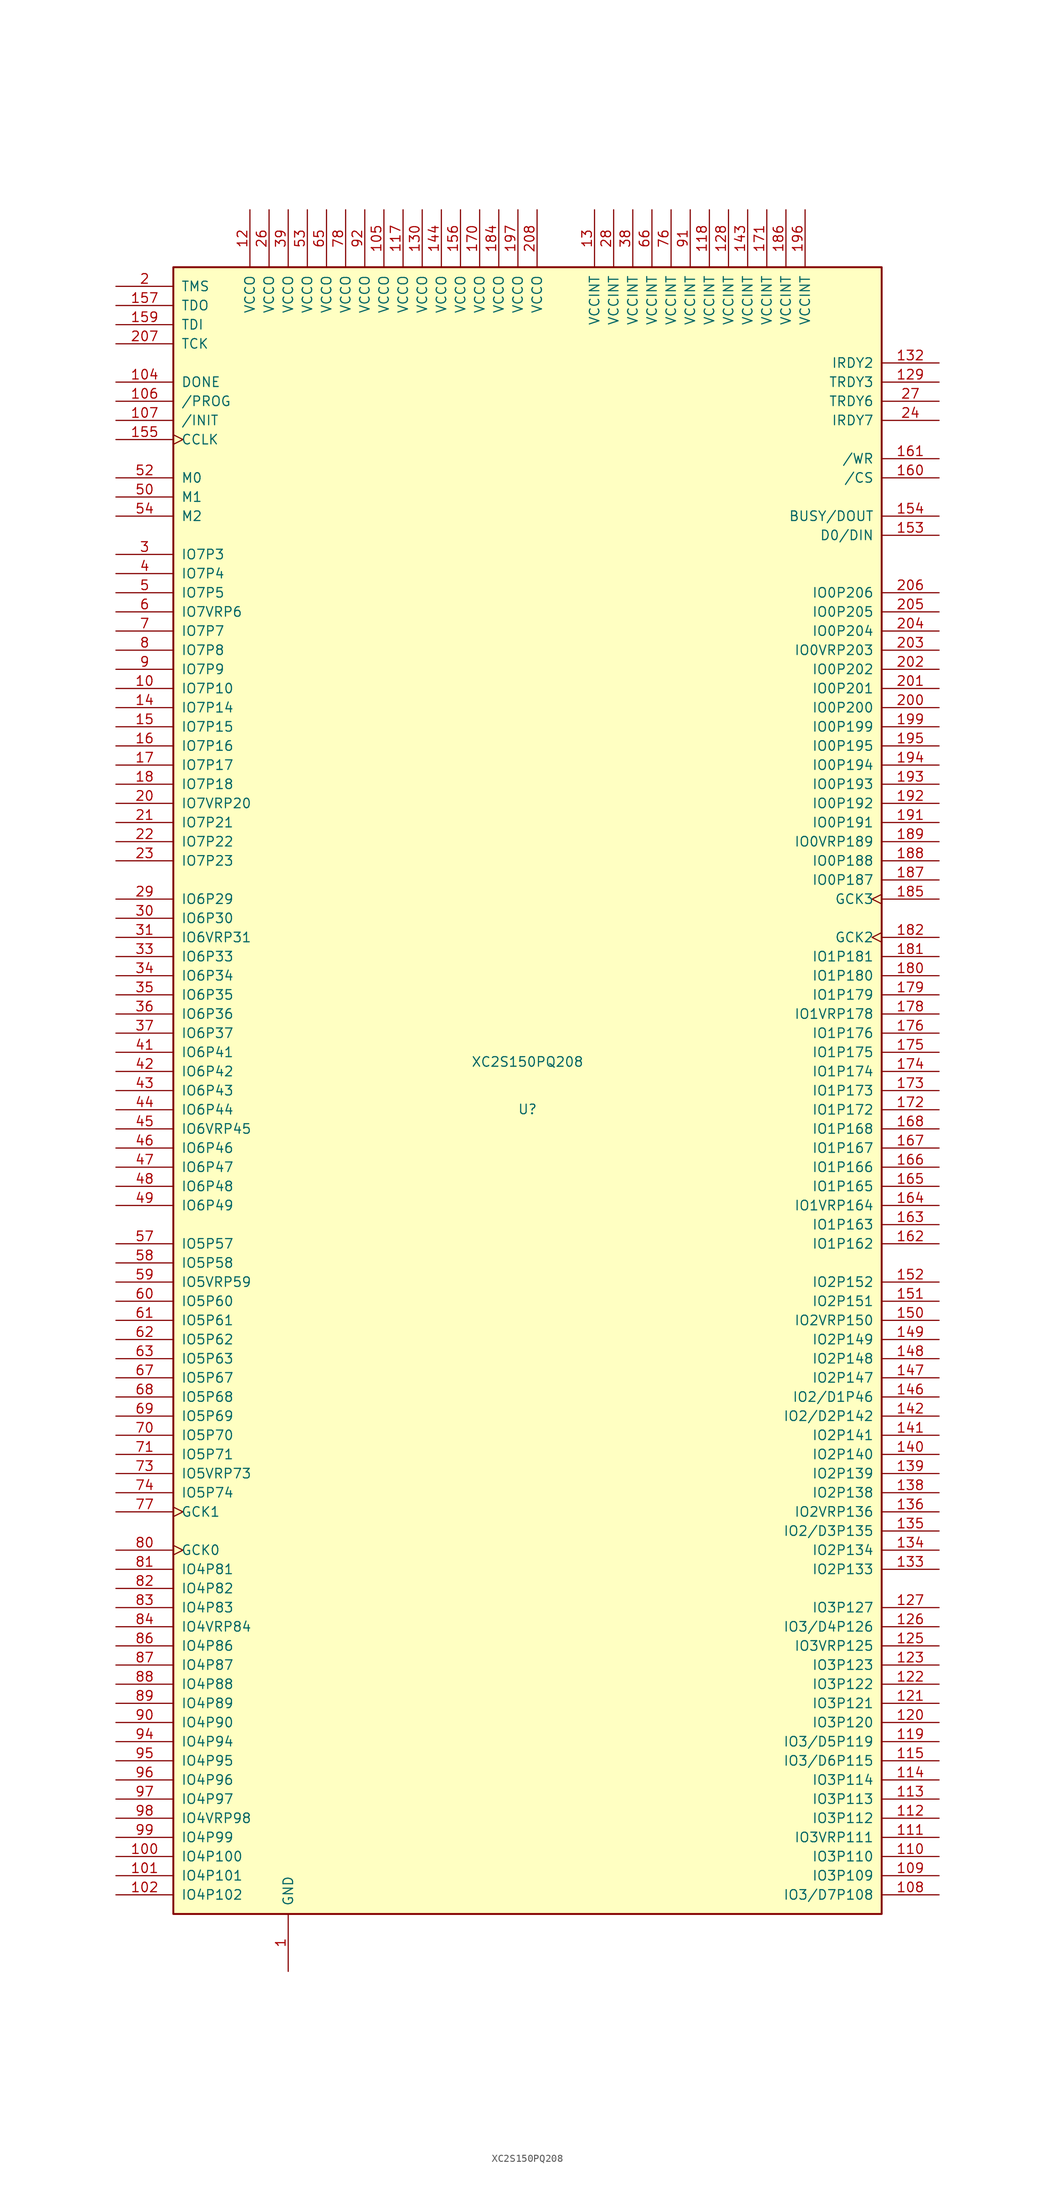
<source format=kicad_sym>
(kicad_symbol_lib
  (version 20220914)
  (generator kicad_symbol_editor)
  (symbol "XC2S150PQ208"
    (pin_names
      (offset 1.016))
    (property "Reference" "U"
      (at 0 -2.489 0)
      (effects (font (size 1.27 1.27))))
    (property "Value" "XC2S150PQ208"
      (at 0 3.81 0)
      (effects (font (size 1.27 1.27))))
    (symbol "XC2S150PQ208_0_1"
      (rectangle (start -46.99 109.22) (end 46.99 -109.22) (stroke (width 0.254) (type default)) (fill (type background))))
    (symbol "XC2S150PQ208_1_1"
      (pin power_in line (at -31.75 -116.84 90) (length 7.62) (name "GND" (effects (font (size 1.27 1.27)))) (number "1" (effects (font (size 1.27 1.27)))))
      (pin bidirectional line (at -54.61 53.34 0) (length 7.62) (name "IO7P10" (effects (font (size 1.27 1.27)))) (number "10" (effects (font (size 1.27 1.27)))))
      (pin bidirectional line (at -54.61 -101.6 0) (length 7.62) (name "IO4P100" (effects (font (size 1.27 1.27)))) (number "100" (effects (font (size 1.27 1.27)))))
      (pin bidirectional line (at -54.61 -104.14 0) (length 7.62) (name "IO4P101" (effects (font (size 1.27 1.27)))) (number "101" (effects (font (size 1.27 1.27)))))
      (pin bidirectional line (at -54.61 -106.68 0) (length 7.62) (name "IO4P102" (effects (font (size 1.27 1.27)))) (number "102" (effects (font (size 1.27 1.27)))))
      (pin passive line (at -31.75 -116.84 90) (length 7.62) hide (name "GND" (effects (font (size 1.27 1.27)))) (number "103" (effects (font (size 1.27 1.27)))))
      (pin bidirectional line (at -54.61 93.98 0) (length 7.62) (name "DONE" (effects (font (size 1.27 1.27)))) (number "104" (effects (font (size 1.27 1.27)))))
      (pin power_in line (at -19.05 116.84 270) (length 7.62) (name "VCCO" (effects (font (size 1.27 1.27)))) (number "105" (effects (font (size 1.27 1.27)))))
      (pin input line (at -54.61 91.44 0) (length 7.62) (name "/PROG" (effects (font (size 1.27 1.27)))) (number "106" (effects (font (size 1.27 1.27)))))
      (pin bidirectional line (at -54.61 88.9 0) (length 7.62) (name "/INIT" (effects (font (size 1.27 1.27)))) (number "107" (effects (font (size 1.27 1.27)))))
      (pin bidirectional line (at 54.61 -106.68 180) (length 7.62) (name "IO3/D7P108" (effects (font (size 1.27 1.27)))) (number "108" (effects (font (size 1.27 1.27)))))
      (pin bidirectional line (at 54.61 -104.14 180) (length 7.62) (name "IO3P109" (effects (font (size 1.27 1.27)))) (number "109" (effects (font (size 1.27 1.27)))))
      (pin passive line (at -31.75 -116.84 90) (length 7.62) hide (name "GND" (effects (font (size 1.27 1.27)))) (number "11" (effects (font (size 1.27 1.27)))))
      (pin bidirectional line (at 54.61 -101.6 180) (length 7.62) (name "IO3P110" (effects (font (size 1.27 1.27)))) (number "110" (effects (font (size 1.27 1.27)))))
      (pin bidirectional line (at 54.61 -99.06 180) (length 7.62) (name "IO3VRP111" (effects (font (size 1.27 1.27)))) (number "111" (effects (font (size 1.27 1.27)))))
      (pin bidirectional line (at 54.61 -96.52 180) (length 7.62) (name "IO3P112" (effects (font (size 1.27 1.27)))) (number "112" (effects (font (size 1.27 1.27)))))
      (pin bidirectional line (at 54.61 -93.98 180) (length 7.62) (name "IO3P113" (effects (font (size 1.27 1.27)))) (number "113" (effects (font (size 1.27 1.27)))))
      (pin bidirectional line (at 54.61 -91.44 180) (length 7.62) (name "IO3P114" (effects (font (size 1.27 1.27)))) (number "114" (effects (font (size 1.27 1.27)))))
      (pin bidirectional line (at 54.61 -88.9 180) (length 7.62) (name "IO3/D6P115" (effects (font (size 1.27 1.27)))) (number "115" (effects (font (size 1.27 1.27)))))
      (pin passive line (at -31.75 -116.84 90) (length 7.62) hide (name "GND" (effects (font (size 1.27 1.27)))) (number "116" (effects (font (size 1.27 1.27)))))
      (pin power_in line (at -16.51 116.84 270) (length 7.62) (name "VCCO" (effects (font (size 1.27 1.27)))) (number "117" (effects (font (size 1.27 1.27)))))
      (pin power_in line (at 24.13 116.84 270) (length 7.62) (name "VCCINT" (effects (font (size 1.27 1.27)))) (number "118" (effects (font (size 1.27 1.27)))))
      (pin bidirectional line (at 54.61 -86.36 180) (length 7.62) (name "IO3/D5P119" (effects (font (size 1.27 1.27)))) (number "119" (effects (font (size 1.27 1.27)))))
      (pin power_in line (at -36.83 116.84 270) (length 7.62) (name "VCCO" (effects (font (size 1.27 1.27)))) (number "12" (effects (font (size 1.27 1.27)))))
      (pin bidirectional line (at 54.61 -83.82 180) (length 7.62) (name "IO3P120" (effects (font (size 1.27 1.27)))) (number "120" (effects (font (size 1.27 1.27)))))
      (pin bidirectional line (at 54.61 -81.28 180) (length 7.62) (name "IO3P121" (effects (font (size 1.27 1.27)))) (number "121" (effects (font (size 1.27 1.27)))))
      (pin bidirectional line (at 54.61 -78.74 180) (length 7.62) (name "IO3P122" (effects (font (size 1.27 1.27)))) (number "122" (effects (font (size 1.27 1.27)))))
      (pin bidirectional line (at 54.61 -76.2 180) (length 7.62) (name "IO3P123" (effects (font (size 1.27 1.27)))) (number "123" (effects (font (size 1.27 1.27)))))
      (pin passive line (at -31.75 -116.84 90) (length 7.62) hide (name "GND" (effects (font (size 1.27 1.27)))) (number "124" (effects (font (size 1.27 1.27)))))
      (pin bidirectional line (at 54.61 -73.66 180) (length 7.62) (name "IO3VRP125" (effects (font (size 1.27 1.27)))) (number "125" (effects (font (size 1.27 1.27)))))
      (pin bidirectional line (at 54.61 -71.12 180) (length 7.62) (name "IO3/D4P126" (effects (font (size 1.27 1.27)))) (number "126" (effects (font (size 1.27 1.27)))))
      (pin bidirectional line (at 54.61 -68.58 180) (length 7.62) (name "IO3P127" (effects (font (size 1.27 1.27)))) (number "127" (effects (font (size 1.27 1.27)))))
      (pin power_in line (at 26.67 116.84 270) (length 7.62) (name "VCCINT" (effects (font (size 1.27 1.27)))) (number "128" (effects (font (size 1.27 1.27)))))
      (pin bidirectional line (at 54.61 93.98 180) (length 7.62) (name "TRDY3" (effects (font (size 1.27 1.27)))) (number "129" (effects (font (size 1.27 1.27)))))
      (pin power_in line (at 8.89 116.84 270) (length 7.62) (name "VCCINT" (effects (font (size 1.27 1.27)))) (number "13" (effects (font (size 1.27 1.27)))))
      (pin power_in line (at -13.97 116.84 270) (length 7.62) (name "VCCO" (effects (font (size 1.27 1.27)))) (number "130" (effects (font (size 1.27 1.27)))))
      (pin passive line (at -31.75 -116.84 90) (length 7.62) hide (name "GND" (effects (font (size 1.27 1.27)))) (number "131" (effects (font (size 1.27 1.27)))))
      (pin bidirectional line (at 54.61 96.52 180) (length 7.62) (name "IRDY2" (effects (font (size 1.27 1.27)))) (number "132" (effects (font (size 1.27 1.27)))))
      (pin bidirectional line (at 54.61 -63.5 180) (length 7.62) (name "IO2P133" (effects (font (size 1.27 1.27)))) (number "133" (effects (font (size 1.27 1.27)))))
      (pin bidirectional line (at 54.61 -60.96 180) (length 7.62) (name "IO2P134" (effects (font (size 1.27 1.27)))) (number "134" (effects (font (size 1.27 1.27)))))
      (pin bidirectional line (at 54.61 -58.42 180) (length 7.62) (name "IO2/D3P135" (effects (font (size 1.27 1.27)))) (number "135" (effects (font (size 1.27 1.27)))))
      (pin bidirectional line (at 54.61 -55.88 180) (length 7.62) (name "IO2VRP136" (effects (font (size 1.27 1.27)))) (number "136" (effects (font (size 1.27 1.27)))))
      (pin passive line (at -31.75 -116.84 90) (length 7.62) hide (name "GND" (effects (font (size 1.27 1.27)))) (number "137" (effects (font (size 1.27 1.27)))))
      (pin bidirectional line (at 54.61 -53.34 180) (length 7.62) (name "IO2P138" (effects (font (size 1.27 1.27)))) (number "138" (effects (font (size 1.27 1.27)))))
      (pin bidirectional line (at 54.61 -50.8 180) (length 7.62) (name "IO2P139" (effects (font (size 1.27 1.27)))) (number "139" (effects (font (size 1.27 1.27)))))
      (pin bidirectional line (at -54.61 50.8 0) (length 7.62) (name "IO7P14" (effects (font (size 1.27 1.27)))) (number "14" (effects (font (size 1.27 1.27)))))
      (pin bidirectional line (at 54.61 -48.26 180) (length 7.62) (name "IO2P140" (effects (font (size 1.27 1.27)))) (number "140" (effects (font (size 1.27 1.27)))))
      (pin bidirectional line (at 54.61 -45.72 180) (length 7.62) (name "IO2P141" (effects (font (size 1.27 1.27)))) (number "141" (effects (font (size 1.27 1.27)))))
      (pin bidirectional line (at 54.61 -43.18 180) (length 7.62) (name "IO2/D2P142" (effects (font (size 1.27 1.27)))) (number "142" (effects (font (size 1.27 1.27)))))
      (pin power_in line (at 29.21 116.84 270) (length 7.62) (name "VCCINT" (effects (font (size 1.27 1.27)))) (number "143" (effects (font (size 1.27 1.27)))))
      (pin power_in line (at -11.43 116.84 270) (length 7.62) (name "VCCO" (effects (font (size 1.27 1.27)))) (number "144" (effects (font (size 1.27 1.27)))))
      (pin passive line (at -31.75 -116.84 90) (length 7.62) hide (name "GND" (effects (font (size 1.27 1.27)))) (number "145" (effects (font (size 1.27 1.27)))))
      (pin bidirectional line (at 54.61 -40.64 180) (length 7.62) (name "IO2/D1P46" (effects (font (size 1.27 1.27)))) (number "146" (effects (font (size 1.27 1.27)))))
      (pin bidirectional line (at 54.61 -38.1 180) (length 7.62) (name "IO2P147" (effects (font (size 1.27 1.27)))) (number "147" (effects (font (size 1.27 1.27)))))
      (pin bidirectional line (at 54.61 -35.56 180) (length 7.62) (name "IO2P148" (effects (font (size 1.27 1.27)))) (number "148" (effects (font (size 1.27 1.27)))))
      (pin bidirectional line (at 54.61 -33.02 180) (length 7.62) (name "IO2P149" (effects (font (size 1.27 1.27)))) (number "149" (effects (font (size 1.27 1.27)))))
      (pin bidirectional line (at -54.61 48.26 0) (length 7.62) (name "IO7P15" (effects (font (size 1.27 1.27)))) (number "15" (effects (font (size 1.27 1.27)))))
      (pin bidirectional line (at 54.61 -30.48 180) (length 7.62) (name "IO2VRP150" (effects (font (size 1.27 1.27)))) (number "150" (effects (font (size 1.27 1.27)))))
      (pin bidirectional line (at 54.61 -27.94 180) (length 7.62) (name "IO2P151" (effects (font (size 1.27 1.27)))) (number "151" (effects (font (size 1.27 1.27)))))
      (pin bidirectional line (at 54.61 -25.4 180) (length 7.62) (name "IO2P152" (effects (font (size 1.27 1.27)))) (number "152" (effects (font (size 1.27 1.27)))))
      (pin bidirectional line (at 54.61 73.66 180) (length 7.62) (name "D0/DIN" (effects (font (size 1.27 1.27)))) (number "153" (effects (font (size 1.27 1.27)))))
      (pin bidirectional line (at 54.61 76.2 180) (length 7.62) (name "BUSY/DOUT" (effects (font (size 1.27 1.27)))) (number "154" (effects (font (size 1.27 1.27)))))
      (pin bidirectional clock (at -54.61 86.36 0) (length 7.62) (name "CCLK" (effects (font (size 1.27 1.27)))) (number "155" (effects (font (size 1.27 1.27)))))
      (pin power_in line (at -8.89 116.84 270) (length 7.62) (name "VCCO" (effects (font (size 1.27 1.27)))) (number "156" (effects (font (size 1.27 1.27)))))
      (pin bidirectional line (at -54.61 104.14 0) (length 7.62) (name "TDO" (effects (font (size 1.27 1.27)))) (number "157" (effects (font (size 1.27 1.27)))))
      (pin passive line (at -31.75 -116.84 90) (length 7.62) hide (name "GND" (effects (font (size 1.27 1.27)))) (number "158" (effects (font (size 1.27 1.27)))))
      (pin bidirectional line (at -54.61 101.6 0) (length 7.62) (name "TDI" (effects (font (size 1.27 1.27)))) (number "159" (effects (font (size 1.27 1.27)))))
      (pin bidirectional line (at -54.61 45.72 0) (length 7.62) (name "IO7P16" (effects (font (size 1.27 1.27)))) (number "16" (effects (font (size 1.27 1.27)))))
      (pin bidirectional line (at 54.61 81.28 180) (length 7.62) (name "/CS" (effects (font (size 1.27 1.27)))) (number "160" (effects (font (size 1.27 1.27)))))
      (pin bidirectional line (at 54.61 83.82 180) (length 7.62) (name "/WR" (effects (font (size 1.27 1.27)))) (number "161" (effects (font (size 1.27 1.27)))))
      (pin bidirectional line (at 54.61 -20.32 180) (length 7.62) (name "IO1P162" (effects (font (size 1.27 1.27)))) (number "162" (effects (font (size 1.27 1.27)))))
      (pin bidirectional line (at 54.61 -17.78 180) (length 7.62) (name "IO1P163" (effects (font (size 1.27 1.27)))) (number "163" (effects (font (size 1.27 1.27)))))
      (pin bidirectional line (at 54.61 -15.24 180) (length 7.62) (name "IO1VRP164" (effects (font (size 1.27 1.27)))) (number "164" (effects (font (size 1.27 1.27)))))
      (pin bidirectional line (at 54.61 -12.7 180) (length 7.62) (name "IO1P165" (effects (font (size 1.27 1.27)))) (number "165" (effects (font (size 1.27 1.27)))))
      (pin bidirectional line (at 54.61 -10.16 180) (length 7.62) (name "IO1P166" (effects (font (size 1.27 1.27)))) (number "166" (effects (font (size 1.27 1.27)))))
      (pin bidirectional line (at 54.61 -7.62 180) (length 7.62) (name "IO1P167" (effects (font (size 1.27 1.27)))) (number "167" (effects (font (size 1.27 1.27)))))
      (pin bidirectional line (at 54.61 -5.08 180) (length 7.62) (name "IO1P168" (effects (font (size 1.27 1.27)))) (number "168" (effects (font (size 1.27 1.27)))))
      (pin passive line (at -31.75 -116.84 90) (length 7.62) hide (name "GND" (effects (font (size 1.27 1.27)))) (number "169" (effects (font (size 1.27 1.27)))))
      (pin bidirectional line (at -54.61 43.18 0) (length 7.62) (name "IO7P17" (effects (font (size 1.27 1.27)))) (number "17" (effects (font (size 1.27 1.27)))))
      (pin power_in line (at -6.35 116.84 270) (length 7.62) (name "VCCO" (effects (font (size 1.27 1.27)))) (number "170" (effects (font (size 1.27 1.27)))))
      (pin power_in line (at 31.75 116.84 270) (length 7.62) (name "VCCINT" (effects (font (size 1.27 1.27)))) (number "171" (effects (font (size 1.27 1.27)))))
      (pin bidirectional line (at 54.61 -2.54 180) (length 7.62) (name "IO1P172" (effects (font (size 1.27 1.27)))) (number "172" (effects (font (size 1.27 1.27)))))
      (pin bidirectional line (at 54.61 0 180) (length 7.62) (name "IO1P173" (effects (font (size 1.27 1.27)))) (number "173" (effects (font (size 1.27 1.27)))))
      (pin bidirectional line (at 54.61 2.54 180) (length 7.62) (name "IO1P174" (effects (font (size 1.27 1.27)))) (number "174" (effects (font (size 1.27 1.27)))))
      (pin bidirectional line (at 54.61 5.08 180) (length 7.62) (name "IO1P175" (effects (font (size 1.27 1.27)))) (number "175" (effects (font (size 1.27 1.27)))))
      (pin bidirectional line (at 54.61 7.62 180) (length 7.62) (name "IO1P176" (effects (font (size 1.27 1.27)))) (number "176" (effects (font (size 1.27 1.27)))))
      (pin passive line (at -31.75 -116.84 90) (length 7.62) hide (name "GND" (effects (font (size 1.27 1.27)))) (number "177" (effects (font (size 1.27 1.27)))))
      (pin bidirectional line (at 54.61 10.16 180) (length 7.62) (name "IO1VRP178" (effects (font (size 1.27 1.27)))) (number "178" (effects (font (size 1.27 1.27)))))
      (pin bidirectional line (at 54.61 12.7 180) (length 7.62) (name "IO1P179" (effects (font (size 1.27 1.27)))) (number "179" (effects (font (size 1.27 1.27)))))
      (pin bidirectional line (at -54.61 40.64 0) (length 7.62) (name "IO7P18" (effects (font (size 1.27 1.27)))) (number "18" (effects (font (size 1.27 1.27)))))
      (pin bidirectional line (at 54.61 15.24 180) (length 7.62) (name "IO1P180" (effects (font (size 1.27 1.27)))) (number "180" (effects (font (size 1.27 1.27)))))
      (pin bidirectional line (at 54.61 17.78 180) (length 7.62) (name "IO1P181" (effects (font (size 1.27 1.27)))) (number "181" (effects (font (size 1.27 1.27)))))
      (pin input clock (at 54.61 20.32 180) (length 7.62) (name "GCK2" (effects (font (size 1.27 1.27)))) (number "182" (effects (font (size 1.27 1.27)))))
      (pin passive line (at -31.75 -116.84 90) (length 7.62) hide (name "GND" (effects (font (size 1.27 1.27)))) (number "183" (effects (font (size 1.27 1.27)))))
      (pin power_in line (at -3.81 116.84 270) (length 7.62) (name "VCCO" (effects (font (size 1.27 1.27)))) (number "184" (effects (font (size 1.27 1.27)))))
      (pin input clock (at 54.61 25.4 180) (length 7.62) (name "GCK3" (effects (font (size 1.27 1.27)))) (number "185" (effects (font (size 1.27 1.27)))))
      (pin power_in line (at 34.29 116.84 270) (length 7.62) (name "VCCINT" (effects (font (size 1.27 1.27)))) (number "186" (effects (font (size 1.27 1.27)))))
      (pin bidirectional line (at 54.61 27.94 180) (length 7.62) (name "IO0P187" (effects (font (size 1.27 1.27)))) (number "187" (effects (font (size 1.27 1.27)))))
      (pin bidirectional line (at 54.61 30.48 180) (length 7.62) (name "IO0P188" (effects (font (size 1.27 1.27)))) (number "188" (effects (font (size 1.27 1.27)))))
      (pin bidirectional line (at 54.61 33.02 180) (length 7.62) (name "IO0VRP189" (effects (font (size 1.27 1.27)))) (number "189" (effects (font (size 1.27 1.27)))))
      (pin passive line (at -31.75 -116.84 90) (length 7.62) hide (name "GND" (effects (font (size 1.27 1.27)))) (number "19" (effects (font (size 1.27 1.27)))))
      (pin passive line (at -31.75 -116.84 90) (length 7.62) hide (name "GND" (effects (font (size 1.27 1.27)))) (number "190" (effects (font (size 1.27 1.27)))))
      (pin bidirectional line (at 54.61 35.56 180) (length 7.62) (name "IO0P191" (effects (font (size 1.27 1.27)))) (number "191" (effects (font (size 1.27 1.27)))))
      (pin bidirectional line (at 54.61 38.1 180) (length 7.62) (name "IO0P192" (effects (font (size 1.27 1.27)))) (number "192" (effects (font (size 1.27 1.27)))))
      (pin bidirectional line (at 54.61 40.64 180) (length 7.62) (name "IO0P193" (effects (font (size 1.27 1.27)))) (number "193" (effects (font (size 1.27 1.27)))))
      (pin bidirectional line (at 54.61 43.18 180) (length 7.62) (name "IO0P194" (effects (font (size 1.27 1.27)))) (number "194" (effects (font (size 1.27 1.27)))))
      (pin bidirectional line (at 54.61 45.72 180) (length 7.62) (name "IO0P195" (effects (font (size 1.27 1.27)))) (number "195" (effects (font (size 1.27 1.27)))))
      (pin power_in line (at 36.83 116.84 270) (length 7.62) (name "VCCINT" (effects (font (size 1.27 1.27)))) (number "196" (effects (font (size 1.27 1.27)))))
      (pin power_in line (at -1.27 116.84 270) (length 7.62) (name "VCCO" (effects (font (size 1.27 1.27)))) (number "197" (effects (font (size 1.27 1.27)))))
      (pin passive line (at -31.75 -116.84 90) (length 7.62) hide (name "GND" (effects (font (size 1.27 1.27)))) (number "198" (effects (font (size 1.27 1.27)))))
      (pin bidirectional line (at 54.61 48.26 180) (length 7.62) (name "IO0P199" (effects (font (size 1.27 1.27)))) (number "199" (effects (font (size 1.27 1.27)))))
      (pin bidirectional line (at -54.61 106.68 0) (length 7.62) (name "TMS" (effects (font (size 1.27 1.27)))) (number "2" (effects (font (size 1.27 1.27)))))
      (pin bidirectional line (at -54.61 38.1 0) (length 7.62) (name "IO7VRP20" (effects (font (size 1.27 1.27)))) (number "20" (effects (font (size 1.27 1.27)))))
      (pin bidirectional line (at 54.61 50.8 180) (length 7.62) (name "IO0P200" (effects (font (size 1.27 1.27)))) (number "200" (effects (font (size 1.27 1.27)))))
      (pin bidirectional line (at 54.61 53.34 180) (length 7.62) (name "IO0P201" (effects (font (size 1.27 1.27)))) (number "201" (effects (font (size 1.27 1.27)))))
      (pin bidirectional line (at 54.61 55.88 180) (length 7.62) (name "IO0P202" (effects (font (size 1.27 1.27)))) (number "202" (effects (font (size 1.27 1.27)))))
      (pin bidirectional line (at 54.61 58.42 180) (length 7.62) (name "IO0VRP203" (effects (font (size 1.27 1.27)))) (number "203" (effects (font (size 1.27 1.27)))))
      (pin bidirectional line (at 54.61 60.96 180) (length 7.62) (name "IO0P204" (effects (font (size 1.27 1.27)))) (number "204" (effects (font (size 1.27 1.27)))))
      (pin bidirectional line (at 54.61 63.5 180) (length 7.62) (name "IO0P205" (effects (font (size 1.27 1.27)))) (number "205" (effects (font (size 1.27 1.27)))))
      (pin bidirectional line (at 54.61 66.04 180) (length 7.62) (name "IO0P206" (effects (font (size 1.27 1.27)))) (number "206" (effects (font (size 1.27 1.27)))))
      (pin bidirectional line (at -54.61 99.06 0) (length 7.62) (name "TCK" (effects (font (size 1.27 1.27)))) (number "207" (effects (font (size 1.27 1.27)))))
      (pin power_in line (at 1.27 116.84 270) (length 7.62) (name "VCCO" (effects (font (size 1.27 1.27)))) (number "208" (effects (font (size 1.27 1.27)))))
      (pin bidirectional line (at -54.61 35.56 0) (length 7.62) (name "IO7P21" (effects (font (size 1.27 1.27)))) (number "21" (effects (font (size 1.27 1.27)))))
      (pin bidirectional line (at -54.61 33.02 0) (length 7.62) (name "IO7P22" (effects (font (size 1.27 1.27)))) (number "22" (effects (font (size 1.27 1.27)))))
      (pin bidirectional line (at -54.61 30.48 0) (length 7.62) (name "IO7P23" (effects (font (size 1.27 1.27)))) (number "23" (effects (font (size 1.27 1.27)))))
      (pin bidirectional line (at 54.61 88.9 180) (length 7.62) (name "IRDY7" (effects (font (size 1.27 1.27)))) (number "24" (effects (font (size 1.27 1.27)))))
      (pin passive line (at -31.75 -116.84 90) (length 7.62) hide (name "GND" (effects (font (size 1.27 1.27)))) (number "25" (effects (font (size 1.27 1.27)))))
      (pin power_in line (at -34.29 116.84 270) (length 7.62) (name "VCCO" (effects (font (size 1.27 1.27)))) (number "26" (effects (font (size 1.27 1.27)))))
      (pin bidirectional line (at 54.61 91.44 180) (length 7.62) (name "TRDY6" (effects (font (size 1.27 1.27)))) (number "27" (effects (font (size 1.27 1.27)))))
      (pin power_in line (at 11.43 116.84 270) (length 7.62) (name "VCCINT" (effects (font (size 1.27 1.27)))) (number "28" (effects (font (size 1.27 1.27)))))
      (pin bidirectional line (at -54.61 25.4 0) (length 7.62) (name "IO6P29" (effects (font (size 1.27 1.27)))) (number "29" (effects (font (size 1.27 1.27)))))
      (pin bidirectional line (at -54.61 71.12 0) (length 7.62) (name "IO7P3" (effects (font (size 1.27 1.27)))) (number "3" (effects (font (size 1.27 1.27)))))
      (pin bidirectional line (at -54.61 22.86 0) (length 7.62) (name "IO6P30" (effects (font (size 1.27 1.27)))) (number "30" (effects (font (size 1.27 1.27)))))
      (pin bidirectional line (at -54.61 20.32 0) (length 7.62) (name "IO6VRP31" (effects (font (size 1.27 1.27)))) (number "31" (effects (font (size 1.27 1.27)))))
      (pin passive line (at -31.75 -116.84 90) (length 7.62) hide (name "GND" (effects (font (size 1.27 1.27)))) (number "32" (effects (font (size 1.27 1.27)))))
      (pin bidirectional line (at -54.61 17.78 0) (length 7.62) (name "IO6P33" (effects (font (size 1.27 1.27)))) (number "33" (effects (font (size 1.27 1.27)))))
      (pin bidirectional line (at -54.61 15.24 0) (length 7.62) (name "IO6P34" (effects (font (size 1.27 1.27)))) (number "34" (effects (font (size 1.27 1.27)))))
      (pin bidirectional line (at -54.61 12.7 0) (length 7.62) (name "IO6P35" (effects (font (size 1.27 1.27)))) (number "35" (effects (font (size 1.27 1.27)))))
      (pin bidirectional line (at -54.61 10.16 0) (length 7.62) (name "IO6P36" (effects (font (size 1.27 1.27)))) (number "36" (effects (font (size 1.27 1.27)))))
      (pin bidirectional line (at -54.61 7.62 0) (length 7.62) (name "IO6P37" (effects (font (size 1.27 1.27)))) (number "37" (effects (font (size 1.27 1.27)))))
      (pin power_in line (at 13.97 116.84 270) (length 7.62) (name "VCCINT" (effects (font (size 1.27 1.27)))) (number "38" (effects (font (size 1.27 1.27)))))
      (pin power_in line (at -31.75 116.84 270) (length 7.62) (name "VCCO" (effects (font (size 1.27 1.27)))) (number "39" (effects (font (size 1.27 1.27)))))
      (pin bidirectional line (at -54.61 68.58 0) (length 7.62) (name "IO7P4" (effects (font (size 1.27 1.27)))) (number "4" (effects (font (size 1.27 1.27)))))
      (pin passive line (at -31.75 -116.84 90) (length 7.62) hide (name "GND" (effects (font (size 1.27 1.27)))) (number "40" (effects (font (size 1.27 1.27)))))
      (pin bidirectional line (at -54.61 5.08 0) (length 7.62) (name "IO6P41" (effects (font (size 1.27 1.27)))) (number "41" (effects (font (size 1.27 1.27)))))
      (pin bidirectional line (at -54.61 2.54 0) (length 7.62) (name "IO6P42" (effects (font (size 1.27 1.27)))) (number "42" (effects (font (size 1.27 1.27)))))
      (pin bidirectional line (at -54.61 0 0) (length 7.62) (name "IO6P43" (effects (font (size 1.27 1.27)))) (number "43" (effects (font (size 1.27 1.27)))))
      (pin bidirectional line (at -54.61 -2.54 0) (length 7.62) (name "IO6P44" (effects (font (size 1.27 1.27)))) (number "44" (effects (font (size 1.27 1.27)))))
      (pin bidirectional line (at -54.61 -5.08 0) (length 7.62) (name "IO6VRP45" (effects (font (size 1.27 1.27)))) (number "45" (effects (font (size 1.27 1.27)))))
      (pin bidirectional line (at -54.61 -7.62 0) (length 7.62) (name "IO6P46" (effects (font (size 1.27 1.27)))) (number "46" (effects (font (size 1.27 1.27)))))
      (pin bidirectional line (at -54.61 -10.16 0) (length 7.62) (name "IO6P47" (effects (font (size 1.27 1.27)))) (number "47" (effects (font (size 1.27 1.27)))))
      (pin bidirectional line (at -54.61 -12.7 0) (length 7.62) (name "IO6P48" (effects (font (size 1.27 1.27)))) (number "48" (effects (font (size 1.27 1.27)))))
      (pin bidirectional line (at -54.61 -15.24 0) (length 7.62) (name "IO6P49" (effects (font (size 1.27 1.27)))) (number "49" (effects (font (size 1.27 1.27)))))
      (pin bidirectional line (at -54.61 66.04 0) (length 7.62) (name "IO7P5" (effects (font (size 1.27 1.27)))) (number "5" (effects (font (size 1.27 1.27)))))
      (pin input line (at -54.61 78.74 0) (length 7.62) (name "M1" (effects (font (size 1.27 1.27)))) (number "50" (effects (font (size 1.27 1.27)))))
      (pin passive line (at -31.75 -116.84 90) (length 7.62) hide (name "GND" (effects (font (size 1.27 1.27)))) (number "51" (effects (font (size 1.27 1.27)))))
      (pin input line (at -54.61 81.28 0) (length 7.62) (name "M0" (effects (font (size 1.27 1.27)))) (number "52" (effects (font (size 1.27 1.27)))))
      (pin power_in line (at -29.21 116.84 270) (length 7.62) (name "VCCO" (effects (font (size 1.27 1.27)))) (number "53" (effects (font (size 1.27 1.27)))))
      (pin input line (at -54.61 76.2 0) (length 7.62) (name "M2" (effects (font (size 1.27 1.27)))) (number "54" (effects (font (size 1.27 1.27)))))
      (pin bidirectional line (at -54.61 -20.32 0) (length 7.62) (name "IO5P57" (effects (font (size 1.27 1.27)))) (number "57" (effects (font (size 1.27 1.27)))))
      (pin bidirectional line (at -54.61 -22.86 0) (length 7.62) (name "IO5P58" (effects (font (size 1.27 1.27)))) (number "58" (effects (font (size 1.27 1.27)))))
      (pin bidirectional line (at -54.61 -25.4 0) (length 7.62) (name "IO5VRP59" (effects (font (size 1.27 1.27)))) (number "59" (effects (font (size 1.27 1.27)))))
      (pin bidirectional line (at -54.61 63.5 0) (length 7.62) (name "IO7VRP6" (effects (font (size 1.27 1.27)))) (number "6" (effects (font (size 1.27 1.27)))))
      (pin bidirectional line (at -54.61 -27.94 0) (length 7.62) (name "IO5P60" (effects (font (size 1.27 1.27)))) (number "60" (effects (font (size 1.27 1.27)))))
      (pin bidirectional line (at -54.61 -30.48 0) (length 7.62) (name "IO5P61" (effects (font (size 1.27 1.27)))) (number "61" (effects (font (size 1.27 1.27)))))
      (pin bidirectional line (at -54.61 -33.02 0) (length 7.62) (name "IO5P62" (effects (font (size 1.27 1.27)))) (number "62" (effects (font (size 1.27 1.27)))))
      (pin bidirectional line (at -54.61 -35.56 0) (length 7.62) (name "IO5P63" (effects (font (size 1.27 1.27)))) (number "63" (effects (font (size 1.27 1.27)))))
      (pin passive line (at -31.75 -116.84 90) (length 7.62) hide (name "GND" (effects (font (size 1.27 1.27)))) (number "64" (effects (font (size 1.27 1.27)))))
      (pin power_in line (at -26.67 116.84 270) (length 7.62) (name "VCCO" (effects (font (size 1.27 1.27)))) (number "65" (effects (font (size 1.27 1.27)))))
      (pin power_in line (at 16.51 116.84 270) (length 7.62) (name "VCCINT" (effects (font (size 1.27 1.27)))) (number "66" (effects (font (size 1.27 1.27)))))
      (pin bidirectional line (at -54.61 -38.1 0) (length 7.62) (name "IO5P67" (effects (font (size 1.27 1.27)))) (number "67" (effects (font (size 1.27 1.27)))))
      (pin bidirectional line (at -54.61 -40.64 0) (length 7.62) (name "IO5P68" (effects (font (size 1.27 1.27)))) (number "68" (effects (font (size 1.27 1.27)))))
      (pin bidirectional line (at -54.61 -43.18 0) (length 7.62) (name "IO5P69" (effects (font (size 1.27 1.27)))) (number "69" (effects (font (size 1.27 1.27)))))
      (pin bidirectional line (at -54.61 60.96 0) (length 7.62) (name "IO7P7" (effects (font (size 1.27 1.27)))) (number "7" (effects (font (size 1.27 1.27)))))
      (pin bidirectional line (at -54.61 -45.72 0) (length 7.62) (name "IO5P70" (effects (font (size 1.27 1.27)))) (number "70" (effects (font (size 1.27 1.27)))))
      (pin bidirectional line (at -54.61 -48.26 0) (length 7.62) (name "IO5P71" (effects (font (size 1.27 1.27)))) (number "71" (effects (font (size 1.27 1.27)))))
      (pin passive line (at -31.75 -116.84 90) (length 7.62) hide (name "GND" (effects (font (size 1.27 1.27)))) (number "72" (effects (font (size 1.27 1.27)))))
      (pin bidirectional line (at -54.61 -50.8 0) (length 7.62) (name "IO5VRP73" (effects (font (size 1.27 1.27)))) (number "73" (effects (font (size 1.27 1.27)))))
      (pin bidirectional line (at -54.61 -53.34 0) (length 7.62) (name "IO5P74" (effects (font (size 1.27 1.27)))) (number "74" (effects (font (size 1.27 1.27)))))
      (pin power_in line (at 19.05 116.84 270) (length 7.62) (name "VCCINT" (effects (font (size 1.27 1.27)))) (number "76" (effects (font (size 1.27 1.27)))))
      (pin input clock (at -54.61 -55.88 0) (length 7.62) (name "GCK1" (effects (font (size 1.27 1.27)))) (number "77" (effects (font (size 1.27 1.27)))))
      (pin power_in line (at -24.13 116.84 270) (length 7.62) (name "VCCO" (effects (font (size 1.27 1.27)))) (number "78" (effects (font (size 1.27 1.27)))))
      (pin passive line (at -31.75 -116.84 90) (length 7.62) hide (name "GND" (effects (font (size 1.27 1.27)))) (number "79" (effects (font (size 1.27 1.27)))))
      (pin bidirectional line (at -54.61 58.42 0) (length 7.62) (name "IO7P8" (effects (font (size 1.27 1.27)))) (number "8" (effects (font (size 1.27 1.27)))))
      (pin input clock (at -54.61 -60.96 0) (length 7.62) (name "GCK0" (effects (font (size 1.27 1.27)))) (number "80" (effects (font (size 1.27 1.27)))))
      (pin bidirectional line (at -54.61 -63.5 0) (length 7.62) (name "IO4P81" (effects (font (size 1.27 1.27)))) (number "81" (effects (font (size 1.27 1.27)))))
      (pin bidirectional line (at -54.61 -66.04 0) (length 7.62) (name "IO4P82" (effects (font (size 1.27 1.27)))) (number "82" (effects (font (size 1.27 1.27)))))
      (pin bidirectional line (at -54.61 -68.58 0) (length 7.62) (name "IO4P83" (effects (font (size 1.27 1.27)))) (number "83" (effects (font (size 1.27 1.27)))))
      (pin bidirectional line (at -54.61 -71.12 0) (length 7.62) (name "IO4VRP84" (effects (font (size 1.27 1.27)))) (number "84" (effects (font (size 1.27 1.27)))))
      (pin passive line (at -31.75 -116.84 90) (length 7.62) hide (name "GND" (effects (font (size 1.27 1.27)))) (number "85" (effects (font (size 1.27 1.27)))))
      (pin bidirectional line (at -54.61 -73.66 0) (length 7.62) (name "IO4P86" (effects (font (size 1.27 1.27)))) (number "86" (effects (font (size 1.27 1.27)))))
      (pin bidirectional line (at -54.61 -76.2 0) (length 7.62) (name "IO4P87" (effects (font (size 1.27 1.27)))) (number "87" (effects (font (size 1.27 1.27)))))
      (pin bidirectional line (at -54.61 -78.74 0) (length 7.62) (name "IO4P88" (effects (font (size 1.27 1.27)))) (number "88" (effects (font (size 1.27 1.27)))))
      (pin bidirectional line (at -54.61 -81.28 0) (length 7.62) (name "IO4P89" (effects (font (size 1.27 1.27)))) (number "89" (effects (font (size 1.27 1.27)))))
      (pin bidirectional line (at -54.61 55.88 0) (length 7.62) (name "IO7P9" (effects (font (size 1.27 1.27)))) (number "9" (effects (font (size 1.27 1.27)))))
      (pin bidirectional line (at -54.61 -83.82 0) (length 7.62) (name "IO4P90" (effects (font (size 1.27 1.27)))) (number "90" (effects (font (size 1.27 1.27)))))
      (pin power_in line (at 21.59 116.84 270) (length 7.62) (name "VCCINT" (effects (font (size 1.27 1.27)))) (number "91" (effects (font (size 1.27 1.27)))))
      (pin power_in line (at -21.59 116.84 270) (length 7.62) (name "VCCO" (effects (font (size 1.27 1.27)))) (number "92" (effects (font (size 1.27 1.27)))))
      (pin passive line (at -31.75 -116.84 90) (length 7.62) hide (name "GND" (effects (font (size 1.27 1.27)))) (number "93" (effects (font (size 1.27 1.27)))))
      (pin bidirectional line (at -54.61 -86.36 0) (length 7.62) (name "IO4P94" (effects (font (size 1.27 1.27)))) (number "94" (effects (font (size 1.27 1.27)))))
      (pin bidirectional line (at -54.61 -88.9 0) (length 7.62) (name "IO4P95" (effects (font (size 1.27 1.27)))) (number "95" (effects (font (size 1.27 1.27)))))
      (pin bidirectional line (at -54.61 -91.44 0) (length 7.62) (name "IO4P96" (effects (font (size 1.27 1.27)))) (number "96" (effects (font (size 1.27 1.27)))))
      (pin bidirectional line (at -54.61 -93.98 0) (length 7.62) (name "IO4P97" (effects (font (size 1.27 1.27)))) (number "97" (effects (font (size 1.27 1.27)))))
      (pin bidirectional line (at -54.61 -96.52 0) (length 7.62) (name "IO4VRP98" (effects (font (size 1.27 1.27)))) (number "98" (effects (font (size 1.27 1.27)))))
      (pin bidirectional line (at -54.61 -99.06 0) (length 7.62) (name "IO4P99" (effects (font (size 1.27 1.27)))) (number "99" (effects (font (size 1.27 1.27))))))))
</source>
